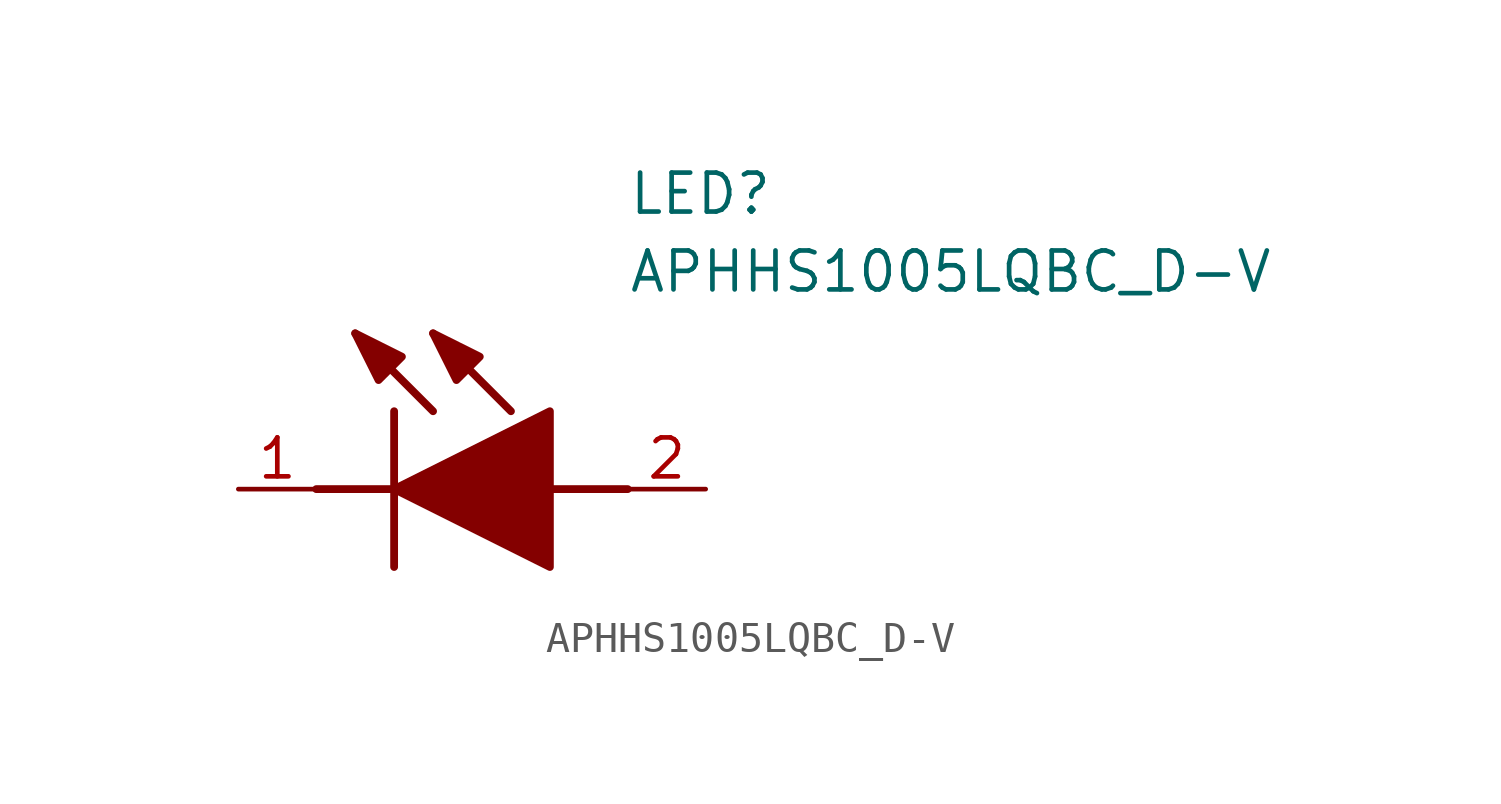
<source format=kicad_sym>
(kicad_symbol_lib
  (version 20211014)
  (generator SamacSys_ECAD_Model)
  (symbol "APHHS1005LQBC_D-V"
    (pin_names hide)
    (property "Reference" "LED"
      (at 12.7 8.89 0)
      (effects (font (size 1.27 1.27)) (justify left bottom)))
    (property "Value" "APHHS1005LQBC_D-V"
      (at 12.7 6.35 0)
      (effects (font (size 1.27 1.27)) (justify left bottom)))
    (polyline
      (pts (xy 5.08 2.54) (xy 5.08 -2.54))
      (stroke (width 0.254) (type default))
      (fill (type none)))
    (polyline
      (pts (xy 6.35 2.54) (xy 3.81 5.08))
      (stroke (width 0.254) (type default))
      (fill (type none)))
    (polyline
      (pts (xy 8.89 2.54) (xy 6.35 5.08))
      (stroke (width 0.254) (type default))
      (fill (type none)))
    (polyline
      (pts (xy 2.54 0) (xy 5.08 0))
      (stroke (width 0.254) (type default))
      (fill (type none)))
    (polyline
      (pts (xy 10.16 0) (xy 12.7 0))
      (stroke (width 0.254) (type default))
      (fill (type none)))
    (polyline
      (pts (xy 5.08 0) (xy 10.16 2.54) (xy 10.16 -2.54) (xy 5.08 0))
      (stroke (width 0.254) (type default))
      (fill (type outline)))
    (polyline
      (pts (xy 5.334 4.318) (xy 4.572 3.556) (xy 3.81 5.08) (xy 5.334 4.318))
      (stroke (width 0.254) (type default))
      (fill (type outline)))
    (polyline
      (pts (xy 7.874 4.318) (xy 7.112 3.556) (xy 6.35 5.08) (xy 7.874 4.318))
      (stroke (width 0.254) (type default))
      (fill (type outline)))
    (pin passive line
      (at 0 0 0)
      (length 2.54)
      (name "K" (effects (font (size 1.27 1.27))))
      (number "1" (effects (font (size 1.27 1.27)))))
    (pin passive line
      (at 15.24 0 180)
      (length 2.54)
      (name "A" (effects (font (size 1.27 1.27))))
      (number "2" (effects (font (size 1.27 1.27)))))))
</source>
